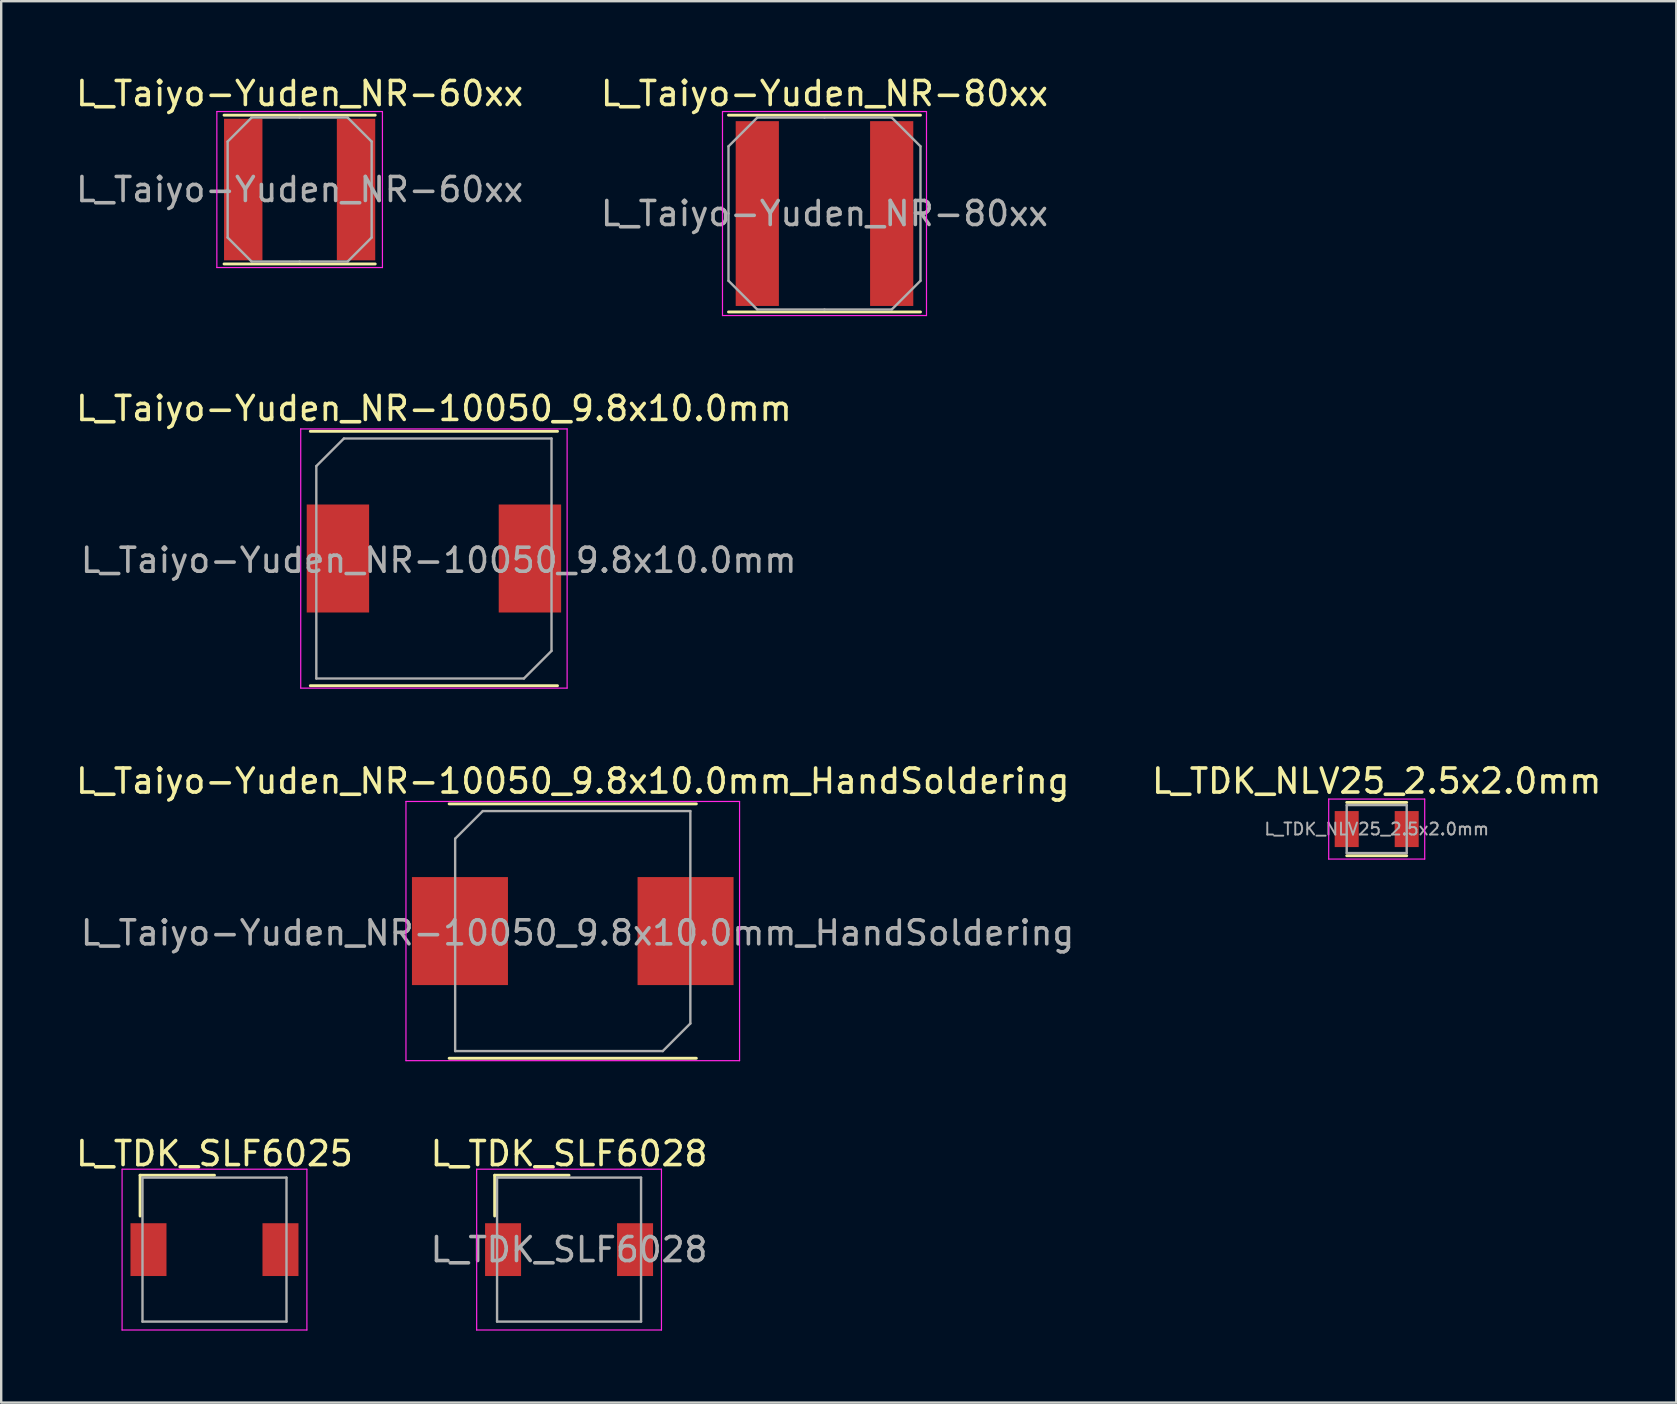
<source format=kicad_pcb>
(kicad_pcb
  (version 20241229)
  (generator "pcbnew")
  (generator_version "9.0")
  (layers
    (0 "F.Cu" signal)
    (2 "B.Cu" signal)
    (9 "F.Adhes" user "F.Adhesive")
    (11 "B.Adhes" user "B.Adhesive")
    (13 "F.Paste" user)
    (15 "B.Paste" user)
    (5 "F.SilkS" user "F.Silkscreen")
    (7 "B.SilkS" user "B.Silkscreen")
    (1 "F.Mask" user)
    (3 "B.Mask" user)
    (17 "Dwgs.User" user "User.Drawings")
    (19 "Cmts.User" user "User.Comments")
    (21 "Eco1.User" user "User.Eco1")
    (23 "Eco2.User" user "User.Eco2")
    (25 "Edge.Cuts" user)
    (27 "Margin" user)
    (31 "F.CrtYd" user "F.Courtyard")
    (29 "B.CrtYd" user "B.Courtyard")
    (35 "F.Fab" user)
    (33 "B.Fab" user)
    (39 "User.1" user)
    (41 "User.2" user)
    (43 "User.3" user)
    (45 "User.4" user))
  (footprint "L_Taiyo-Yuden_NR-80xx"
    (layer "F.Cu")
    (at 31.304 5.848)
    (property "Reference" "L_Taiyo-Yuden_NR-80xx" (at 0 -5 0) (layer "F.SilkS") (effects (font (size 1 1) (thickness 0.15))))
    (attr smd)
    (fp_line (start -4 -4.1) (end 4 -4.1) (stroke (width 0.12) (type solid)) (layer "F.SilkS"))
    (fp_line (start -4 4.1) (end 4 4.1) (stroke (width 0.12) (type solid)) (layer "F.SilkS"))
    (fp_line (start -4.25 -4.25) (end -4.25 4.25) (stroke (width 0.05) (type solid)) (layer "F.CrtYd"))
    (fp_line (start -4.25 4.25) (end 4.25 4.25) (stroke (width 0.05) (type solid)) (layer "F.CrtYd"))
    (fp_line (start 4.25 -4.25) (end -4.25 -4.25) (stroke (width 0.05) (type solid)) (layer "F.CrtYd"))
    (fp_line (start 4.25 4.25) (end 4.25 -4.25) (stroke (width 0.05) (type solid)) (layer "F.CrtYd"))
    (fp_line (start -4 -2.8) (end -2.8 -4) (stroke (width 0.1) (type solid)) (layer "F.Fab"))
    (fp_line (start -4 0) (end -4 -2.8) (stroke (width 0.1) (type solid)) (layer "F.Fab"))
    (fp_line (start -4 0) (end -4 2.8) (stroke (width 0.1) (type solid)) (layer "F.Fab"))
    (fp_line (start -4 2.8) (end -2.8 4) (stroke (width 0.1) (type solid)) (layer "F.Fab"))
    (fp_line (start -2.8 -4) (end 0 -4) (stroke (width 0.1) (type solid)) (layer "F.Fab"))
    (fp_line (start -2.8 4) (end 0 4) (stroke (width 0.1) (type solid)) (layer "F.Fab"))
    (fp_line (start 2.8 -4) (end 0 -4) (stroke (width 0.1) (type solid)) (layer "F.Fab"))
    (fp_line (start 2.8 4) (end 0 4) (stroke (width 0.1) (type solid)) (layer "F.Fab"))
    (fp_line (start 4 -2.8) (end 2.8 -4) (stroke (width 0.1) (type solid)) (layer "F.Fab"))
    (fp_line (start 4 0) (end 4 -2.8) (stroke (width 0.1) (type solid)) (layer "F.Fab"))
    (fp_line (start 4 0) (end 4 2.8) (stroke (width 0.1) (type solid)) (layer "F.Fab"))
    (fp_line (start 4 2.8) (end 2.8 4) (stroke (width 0.1) (type solid)) (layer "F.Fab"))
    (fp_text user "${REFERENCE}" (at 0 0 0) (layer "F.Fab") (effects (font (size 1 1) (thickness 0.15))))
    (pad "1" smd rect (at -2.8 0) (size 1.8 7.7) (layers "F.Cu" "F.Mask" "F.Paste"))
    (pad "2" smd rect (at 2.8 0) (size 1.8 7.7) (layers "F.Cu" "F.Mask" "F.Paste")))
  (footprint "L_TDK_SLF6028"
    (layer "F.Cu")
    (at 20.661 49.018)
    (property "Reference" "L_TDK_SLF6028" (at 0 -4 0) (layer "F.SilkS") (effects (font (size 1 1) (thickness 0.15))))
    (attr smd)
    (fp_line (start -3.1 -3.1) (end 0 -3.1) (stroke (width 0.12) (type solid)) (layer "F.SilkS"))
    (fp_line (start -3.1 -1.4) (end -3.1 -3.1) (stroke (width 0.12) (type solid)) (layer "F.SilkS"))
    (fp_line (start -3.85 -3.35) (end -3.85 3.35) (stroke (width 0.05) (type solid)) (layer "F.CrtYd"))
    (fp_line (start -3.85 3.35) (end 3.85 3.35) (stroke (width 0.05) (type solid)) (layer "F.CrtYd"))
    (fp_line (start 3.85 -3.35) (end -3.85 -3.35) (stroke (width 0.05) (type solid)) (layer "F.CrtYd"))
    (fp_line (start 3.85 3.35) (end 3.85 -3.35) (stroke (width 0.05) (type solid)) (layer "F.CrtYd"))
    (fp_line (start -3 -3) (end -3 3) (stroke (width 0.1) (type solid)) (layer "F.Fab"))
    (fp_line (start -3 3) (end 3 3) (stroke (width 0.1) (type solid)) (layer "F.Fab"))
    (fp_line (start 3 -3) (end -3 -3) (stroke (width 0.1) (type solid)) (layer "F.Fab"))
    (fp_line (start 3 3) (end 3 -3) (stroke (width 0.1) (type solid)) (layer "F.Fab"))
    (fp_text user "${REFERENCE}" (at 0 0 0) (layer "F.Fab") (effects (font (size 1 1) (thickness 0.15))))
    (pad "1" smd rect (at -2.75 0) (size 1.5 2.2) (layers "F.Cu" "F.Mask" "F.Paste"))
    (pad "2" smd rect (at 2.75 0) (size 1.5 2.2) (layers "F.Cu" "F.Mask" "F.Paste")))
  (footprint "L_TDK_SLF6025"
    (layer "F.Cu")
    (at 5.887 49.018)
    (property "Reference" "L_TDK_SLF6025" (at 0 -4 0) (layer "F.SilkS") (effects (font (size 1 1) (thickness 0.15))))
    (attr smd)
    (fp_line (start -3.1 -3.1) (end 0 -3.1) (stroke (width 0.12) (type solid)) (layer "F.SilkS"))
    (fp_line (start -3.1 -1.4) (end -3.1 -3.1) (stroke (width 0.12) (type solid)) (layer "F.SilkS"))
    (fp_line (start -3.85 -3.35) (end -3.85 3.35) (stroke (width 0.05) (type solid)) (layer "F.CrtYd"))
    (fp_line (start -3.85 3.35) (end 3.85 3.35) (stroke (width 0.05) (type solid)) (layer "F.CrtYd"))
    (fp_line (start 3.85 -3.35) (end -3.85 -3.35) (stroke (width 0.05) (type solid)) (layer "F.CrtYd"))
    (fp_line (start 3.85 3.35) (end 3.85 -3.35) (stroke (width 0.05) (type solid)) (layer "F.CrtYd"))
    (fp_line (start -3 -3) (end -3 3) (stroke (width 0.1) (type solid)) (layer "F.Fab"))
    (fp_line (start -3 3) (end 3 3) (stroke (width 0.1) (type solid)) (layer "F.Fab"))
    (fp_line (start 3 -3) (end -3 -3) (stroke (width 0.1) (type solid)) (layer "F.Fab"))
    (fp_line (start 3 3) (end 3 -3) (stroke (width 0.1) (type solid)) (layer "F.Fab"))
    (pad "1" smd rect (at -2.75 0) (size 1.5 2.2) (layers "F.Cu" "F.Mask" "F.Paste"))
    (pad "2" smd rect (at 2.75 0) (size 1.5 2.2) (layers "F.Cu" "F.Mask" "F.Paste")))
  (footprint "L_TDK_NLV25_2.5x2.0mm"
    (layer "F.Cu")
    (at 54.313 31.495)
    (property "Reference" "L_TDK_NLV25_2.5x2.0mm" (at 0 -2 0) (layer "F.SilkS") (effects (font (size 1 1) (thickness 0.15))))
    (attr smd)
    (fp_line (start -1.25 -1.11) (end 1.25 -1.11) (stroke (width 0.12) (type solid)) (layer "F.SilkS"))
    (fp_line (start 1.25 1.11) (end -1.25 1.11) (stroke (width 0.12) (type solid)) (layer "F.SilkS"))
    (fp_line (start -2 -1.25) (end 2 -1.25) (stroke (width 0.05) (type solid)) (layer "F.CrtYd"))
    (fp_line (start -2 1.25) (end -2 -1.25) (stroke (width 0.05) (type solid)) (layer "F.CrtYd"))
    (fp_line (start 2 -1.25) (end 2 1.25) (stroke (width 0.05) (type solid)) (layer "F.CrtYd"))
    (fp_line (start 2 1.25) (end -2 1.25) (stroke (width 0.05) (type solid)) (layer "F.CrtYd"))
    (fp_line (start -1.25 -1) (end 1.25 -1) (stroke (width 0.1) (type solid)) (layer "F.Fab"))
    (fp_line (start -1.25 1) (end -1.25 -1) (stroke (width 0.1) (type solid)) (layer "F.Fab"))
    (fp_line (start 1.25 -1) (end 1.25 1) (stroke (width 0.1) (type solid)) (layer "F.Fab"))
    (fp_line (start 1.25 1) (end -1.25 1) (stroke (width 0.1) (type solid)) (layer "F.Fab"))
    (fp_text user "${REFERENCE}" (at 0 0 0) (layer "F.Fab") (effects (font (size 0.5 0.5) (thickness 0.08))))
    (pad "1" smd rect (at -1.25 0) (size 1 1.5) (layers "F.Cu" "F.Mask" "F.Paste"))
    (pad "2" smd rect (at 1.25 0) (size 1 1.5) (layers "F.Cu" "F.Mask" "F.Paste")))
  (footprint "L_Taiyo-Yuden_NR-10050_9.8x10.0mm"
    (layer "F.Cu")
    (at 15.03 20.221)
    (property "Reference" "L_Taiyo-Yuden_NR-10050_9.8x10.0mm" (at 0 -6.25 0) (layer "F.SilkS") (effects (font (size 1 1) (thickness 0.15))))
    (attr smd)
    (fp_line (start -5.15 -5.3) (end 5.15 -5.3) (stroke (width 0.12) (type solid)) (layer "F.SilkS"))
    (fp_line (start -5.15 5.3) (end 5.15 5.3) (stroke (width 0.12) (type solid)) (layer "F.SilkS"))
    (fp_line (start -5.55 -5.4) (end -5.55 5.4) (stroke (width 0.05) (type solid)) (layer "F.CrtYd"))
    (fp_line (start -5.55 5.4) (end 5.55 5.4) (stroke (width 0.05) (type solid)) (layer "F.CrtYd"))
    (fp_line (start 5.55 -5.4) (end -5.55 -5.4) (stroke (width 0.05) (type solid)) (layer "F.CrtYd"))
    (fp_line (start 5.55 5.4) (end 5.55 -5.4) (stroke (width 0.05) (type solid)) (layer "F.CrtYd"))
    (fp_line (start -4.9 -3.85) (end -4.9 5) (stroke (width 0.1) (type solid)) (layer "F.Fab"))
    (fp_line (start -4.9 -3.85) (end -3.75 -5) (stroke (width 0.1) (type solid)) (layer "F.Fab"))
    (fp_line (start -4.9 5) (end 3.75 5) (stroke (width 0.1) (type solid)) (layer "F.Fab"))
    (fp_line (start 3.75 5) (end 4.9 3.85) (stroke (width 0.1) (type solid)) (layer "F.Fab"))
    (fp_line (start 4.9 -5) (end -3.75 -5) (stroke (width 0.1) (type solid)) (layer "F.Fab"))
    (fp_line (start 4.9 3.85) (end 4.9 -5) (stroke (width 0.1) (type solid)) (layer "F.Fab"))
    (fp_text user "${REFERENCE}" (at 0.2 0.075 0) (layer "F.Fab") (effects (font (size 1 1) (thickness 0.15))))
    (pad "1" smd rect (at -4 0) (size 2.6 4.5) (layers "F.Cu" "F.Mask" "F.Paste"))
    (pad "2" smd rect (at 4 0) (size 2.6 4.5) (layers "F.Cu" "F.Mask" "F.Paste")))
  (footprint "L_Taiyo-Yuden_NR-60xx"
    (layer "F.Cu")
    (at 9.435 4.848)
    (property "Reference" "L_Taiyo-Yuden_NR-60xx" (at 0 -4 0) (layer "F.SilkS") (effects (font (size 1 1) (thickness 0.15))))
    (attr smd)
    (fp_line (start -3.15 -3.1) (end 3.15 -3.1) (stroke (width 0.12) (type solid)) (layer "F.SilkS"))
    (fp_line (start -3.15 3.1) (end 3.15 3.1) (stroke (width 0.12) (type solid)) (layer "F.SilkS"))
    (fp_line (start -3.45 -3.25) (end -3.45 3.25) (stroke (width 0.05) (type solid)) (layer "F.CrtYd"))
    (fp_line (start -3.45 3.25) (end 3.45 3.25) (stroke (width 0.05) (type solid)) (layer "F.CrtYd"))
    (fp_line (start 3.45 -3.25) (end -3.45 -3.25) (stroke (width 0.05) (type solid)) (layer "F.CrtYd"))
    (fp_line (start 3.45 3.25) (end 3.45 -3.25) (stroke (width 0.05) (type solid)) (layer "F.CrtYd"))
    (fp_line (start -3 -2) (end -2 -3) (stroke (width 0.1) (type solid)) (layer "F.Fab"))
    (fp_line (start -3 0) (end -3 -2) (stroke (width 0.1) (type solid)) (layer "F.Fab"))
    (fp_line (start -3 0) (end -3 2) (stroke (width 0.1) (type solid)) (layer "F.Fab"))
    (fp_line (start -3 2) (end -2 3) (stroke (width 0.1) (type solid)) (layer "F.Fab"))
    (fp_line (start -2 -3) (end 0 -3) (stroke (width 0.1) (type solid)) (layer "F.Fab"))
    (fp_line (start -2 3) (end 0 3) (stroke (width 0.1) (type solid)) (layer "F.Fab"))
    (fp_line (start 2 -3) (end 0 -3) (stroke (width 0.1) (type solid)) (layer "F.Fab"))
    (fp_line (start 2 3) (end 0 3) (stroke (width 0.1) (type solid)) (layer "F.Fab"))
    (fp_line (start 3 -2) (end 2 -3) (stroke (width 0.1) (type solid)) (layer "F.Fab"))
    (fp_line (start 3 0) (end 3 -2) (stroke (width 0.1) (type solid)) (layer "F.Fab"))
    (fp_line (start 3 0) (end 3 2) (stroke (width 0.1) (type solid)) (layer "F.Fab"))
    (fp_line (start 3 2) (end 2 3) (stroke (width 0.1) (type solid)) (layer "F.Fab"))
    (fp_text user "${REFERENCE}" (at 0 0 0) (layer "F.Fab") (effects (font (size 1 1) (thickness 0.15))))
    (pad "1" smd rect (at -2.35 0) (size 1.6 5.9) (layers "F.Cu" "F.Mask" "F.Paste"))
    (pad "2" smd rect (at 2.35 0) (size 1.6 5.9) (layers "F.Cu" "F.Mask" "F.Paste")))
  (footprint "L_Taiyo-Yuden_NR-10050_9.8x10.0mm_HandSoldering"
    (layer "F.Cu")
    (at 20.815 35.745)
    (property "Reference" "L_Taiyo-Yuden_NR-10050_9.8x10.0mm_HandSoldering" (at 0 -6.25 0) (layer "F.SilkS") (effects (font (size 1 1) (thickness 0.15))))
    (attr smd)
    (fp_line (start -5.15 -5.3) (end 5.15 -5.3) (stroke (width 0.12) (type solid)) (layer "F.SilkS"))
    (fp_line (start -5.15 5.3) (end 5.15 5.3) (stroke (width 0.12) (type solid)) (layer "F.SilkS"))
    (fp_line (start -6.95 -5.4) (end -6.95 5.4) (stroke (width 0.05) (type solid)) (layer "F.CrtYd"))
    (fp_line (start -6.95 5.4) (end 6.95 5.4) (stroke (width 0.05) (type solid)) (layer "F.CrtYd"))
    (fp_line (start 6.95 -5.4) (end -6.95 -5.4) (stroke (width 0.05) (type solid)) (layer "F.CrtYd"))
    (fp_line (start 6.95 5.4) (end 6.95 -5.4) (stroke (width 0.05) (type solid)) (layer "F.CrtYd"))
    (fp_line (start -4.9 -3.85) (end -4.9 5) (stroke (width 0.1) (type solid)) (layer "F.Fab"))
    (fp_line (start -4.9 -3.85) (end -3.75 -5) (stroke (width 0.1) (type solid)) (layer "F.Fab"))
    (fp_line (start -4.9 5) (end 3.75 5) (stroke (width 0.1) (type solid)) (layer "F.Fab"))
    (fp_line (start 3.75 5) (end 4.9 3.85) (stroke (width 0.1) (type solid)) (layer "F.Fab"))
    (fp_line (start 4.9 -5) (end -3.75 -5) (stroke (width 0.1) (type solid)) (layer "F.Fab"))
    (fp_line (start 4.9 3.85) (end 4.9 -5) (stroke (width 0.1) (type solid)) (layer "F.Fab"))
    (fp_text user "${REFERENCE}" (at 0.2 0.075 0) (layer "F.Fab") (effects (font (size 1 1) (thickness 0.15))))
    (pad "1" smd rect (at -4.7 0) (size 4 4.5) (layers "F.Cu" "F.Mask" "F.Paste"))
    (pad "2" smd rect (at 4.7 0) (size 4 4.5) (layers "F.Cu" "F.Mask" "F.Paste")))
  (gr_rect
    (start -3 -3)
    (end 66.795 55.393)
    (stroke (width 0.1) (type default))
    (fill no)
    (layer "Edge.Cuts")))
</source>
